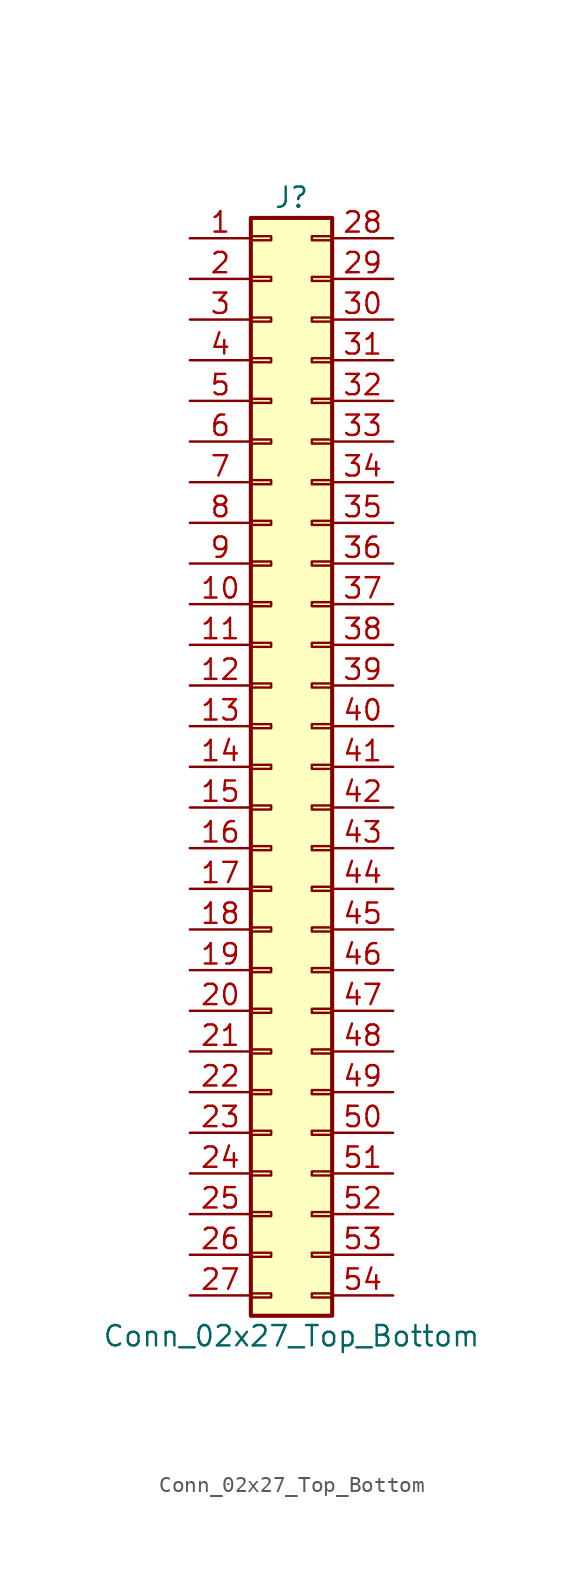
<source format=kicad_sym>
(kicad_symbol_lib
  (version 20220914)
  (generator kicad_symbol_editor)
  (symbol "Conn_02x27_Top_Bottom"
    (pin_names
      (offset 1.016) hide)
    (property "Reference" "J"
      (at 1.27 35.56 0)
      (effects (font (size 1.27 1.27))))
    (property "Value" "Conn_02x27_Top_Bottom"
      (at 1.27 -35.56 0)
      (effects (font (size 1.27 1.27))))
    (symbol "Conn_02x27_Top_Bottom_1_1"
      (rectangle (start -1.27 -32.893) (end 0 -33.147) (stroke (width 0.152) (type default)) (fill (type none)))
      (rectangle (start -1.27 -30.353) (end 0 -30.607) (stroke (width 0.152) (type default)) (fill (type none)))
      (rectangle (start -1.27 -27.813) (end 0 -28.067) (stroke (width 0.152) (type default)) (fill (type none)))
      (rectangle (start -1.27 -25.273) (end 0 -25.527) (stroke (width 0.152) (type default)) (fill (type none)))
      (rectangle (start -1.27 -22.733) (end 0 -22.987) (stroke (width 0.152) (type default)) (fill (type none)))
      (rectangle (start -1.27 -20.193) (end 0 -20.447) (stroke (width 0.152) (type default)) (fill (type none)))
      (rectangle (start -1.27 -17.653) (end 0 -17.907) (stroke (width 0.152) (type default)) (fill (type none)))
      (rectangle (start -1.27 -15.113) (end 0 -15.367) (stroke (width 0.152) (type default)) (fill (type none)))
      (rectangle (start -1.27 -12.573) (end 0 -12.827) (stroke (width 0.152) (type default)) (fill (type none)))
      (rectangle (start -1.27 -10.033) (end 0 -10.287) (stroke (width 0.152) (type default)) (fill (type none)))
      (rectangle (start -1.27 -7.493) (end 0 -7.747) (stroke (width 0.152) (type default)) (fill (type none)))
      (rectangle (start -1.27 -4.953) (end 0 -5.207) (stroke (width 0.152) (type default)) (fill (type none)))
      (rectangle (start -1.27 -2.413) (end 0 -2.667) (stroke (width 0.152) (type default)) (fill (type none)))
      (rectangle (start -1.27 0.127) (end 0 -0.127) (stroke (width 0.152) (type default)) (fill (type none)))
      (rectangle (start -1.27 2.667) (end 0 2.413) (stroke (width 0.152) (type default)) (fill (type none)))
      (rectangle (start -1.27 5.207) (end 0 4.953) (stroke (width 0.152) (type default)) (fill (type none)))
      (rectangle (start -1.27 7.747) (end 0 7.493) (stroke (width 0.152) (type default)) (fill (type none)))
      (rectangle (start -1.27 10.287) (end 0 10.033) (stroke (width 0.152) (type default)) (fill (type none)))
      (rectangle (start -1.27 12.827) (end 0 12.573) (stroke (width 0.152) (type default)) (fill (type none)))
      (rectangle (start -1.27 15.367) (end 0 15.113) (stroke (width 0.152) (type default)) (fill (type none)))
      (rectangle (start -1.27 17.907) (end 0 17.653) (stroke (width 0.152) (type default)) (fill (type none)))
      (rectangle (start -1.27 20.447) (end 0 20.193) (stroke (width 0.152) (type default)) (fill (type none)))
      (rectangle (start -1.27 22.987) (end 0 22.733) (stroke (width 0.152) (type default)) (fill (type none)))
      (rectangle (start -1.27 25.527) (end 0 25.273) (stroke (width 0.152) (type default)) (fill (type none)))
      (rectangle (start -1.27 28.067) (end 0 27.813) (stroke (width 0.152) (type default)) (fill (type none)))
      (rectangle (start -1.27 30.607) (end 0 30.353) (stroke (width 0.152) (type default)) (fill (type none)))
      (rectangle (start -1.27 33.147) (end 0 32.893) (stroke (width 0.152) (type default)) (fill (type none)))
      (rectangle (start -1.27 34.29) (end 3.81 -34.29) (stroke (width 0.254) (type default)) (fill (type background)))
      (rectangle (start 3.81 -32.893) (end 2.54 -33.147) (stroke (width 0.152) (type default)) (fill (type none)))
      (rectangle (start 3.81 -30.353) (end 2.54 -30.607) (stroke (width 0.152) (type default)) (fill (type none)))
      (rectangle (start 3.81 -27.813) (end 2.54 -28.067) (stroke (width 0.152) (type default)) (fill (type none)))
      (rectangle (start 3.81 -25.273) (end 2.54 -25.527) (stroke (width 0.152) (type default)) (fill (type none)))
      (rectangle (start 3.81 -22.733) (end 2.54 -22.987) (stroke (width 0.152) (type default)) (fill (type none)))
      (rectangle (start 3.81 -20.193) (end 2.54 -20.447) (stroke (width 0.152) (type default)) (fill (type none)))
      (rectangle (start 3.81 -17.653) (end 2.54 -17.907) (stroke (width 0.152) (type default)) (fill (type none)))
      (rectangle (start 3.81 -15.113) (end 2.54 -15.367) (stroke (width 0.152) (type default)) (fill (type none)))
      (rectangle (start 3.81 -12.573) (end 2.54 -12.827) (stroke (width 0.152) (type default)) (fill (type none)))
      (rectangle (start 3.81 -10.033) (end 2.54 -10.287) (stroke (width 0.152) (type default)) (fill (type none)))
      (rectangle (start 3.81 -7.493) (end 2.54 -7.747) (stroke (width 0.152) (type default)) (fill (type none)))
      (rectangle (start 3.81 -4.953) (end 2.54 -5.207) (stroke (width 0.152) (type default)) (fill (type none)))
      (rectangle (start 3.81 -2.413) (end 2.54 -2.667) (stroke (width 0.152) (type default)) (fill (type none)))
      (rectangle (start 3.81 0.127) (end 2.54 -0.127) (stroke (width 0.152) (type default)) (fill (type none)))
      (rectangle (start 3.81 2.667) (end 2.54 2.413) (stroke (width 0.152) (type default)) (fill (type none)))
      (rectangle (start 3.81 5.207) (end 2.54 4.953) (stroke (width 0.152) (type default)) (fill (type none)))
      (rectangle (start 3.81 7.747) (end 2.54 7.493) (stroke (width 0.152) (type default)) (fill (type none)))
      (rectangle (start 3.81 10.287) (end 2.54 10.033) (stroke (width 0.152) (type default)) (fill (type none)))
      (rectangle (start 3.81 12.827) (end 2.54 12.573) (stroke (width 0.152) (type default)) (fill (type none)))
      (rectangle (start 3.81 15.367) (end 2.54 15.113) (stroke (width 0.152) (type default)) (fill (type none)))
      (rectangle (start 3.81 17.907) (end 2.54 17.653) (stroke (width 0.152) (type default)) (fill (type none)))
      (rectangle (start 3.81 20.447) (end 2.54 20.193) (stroke (width 0.152) (type default)) (fill (type none)))
      (rectangle (start 3.81 22.987) (end 2.54 22.733) (stroke (width 0.152) (type default)) (fill (type none)))
      (rectangle (start 3.81 25.527) (end 2.54 25.273) (stroke (width 0.152) (type default)) (fill (type none)))
      (rectangle (start 3.81 28.067) (end 2.54 27.813) (stroke (width 0.152) (type default)) (fill (type none)))
      (rectangle (start 3.81 30.607) (end 2.54 30.353) (stroke (width 0.152) (type default)) (fill (type none)))
      (rectangle (start 3.81 33.147) (end 2.54 32.893) (stroke (width 0.152) (type default)) (fill (type none)))
      (pin passive line (at -5.08 33.02 0) (length 3.81) (name "Pin_1" (effects (font (size 1.27 1.27)))) (number "1" (effects (font (size 1.27 1.27)))))
      (pin passive line (at -5.08 10.16 0) (length 3.81) (name "Pin_10" (effects (font (size 1.27 1.27)))) (number "10" (effects (font (size 1.27 1.27)))))
      (pin passive line (at -5.08 7.62 0) (length 3.81) (name "Pin_11" (effects (font (size 1.27 1.27)))) (number "11" (effects (font (size 1.27 1.27)))))
      (pin passive line (at -5.08 5.08 0) (length 3.81) (name "Pin_12" (effects (font (size 1.27 1.27)))) (number "12" (effects (font (size 1.27 1.27)))))
      (pin passive line (at -5.08 2.54 0) (length 3.81) (name "Pin_13" (effects (font (size 1.27 1.27)))) (number "13" (effects (font (size 1.27 1.27)))))
      (pin passive line (at -5.08 0 0) (length 3.81) (name "Pin_14" (effects (font (size 1.27 1.27)))) (number "14" (effects (font (size 1.27 1.27)))))
      (pin passive line (at -5.08 -2.54 0) (length 3.81) (name "Pin_15" (effects (font (size 1.27 1.27)))) (number "15" (effects (font (size 1.27 1.27)))))
      (pin passive line (at -5.08 -5.08 0) (length 3.81) (name "Pin_16" (effects (font (size 1.27 1.27)))) (number "16" (effects (font (size 1.27 1.27)))))
      (pin passive line (at -5.08 -7.62 0) (length 3.81) (name "Pin_17" (effects (font (size 1.27 1.27)))) (number "17" (effects (font (size 1.27 1.27)))))
      (pin passive line (at -5.08 -10.16 0) (length 3.81) (name "Pin_18" (effects (font (size 1.27 1.27)))) (number "18" (effects (font (size 1.27 1.27)))))
      (pin passive line (at -5.08 -12.7 0) (length 3.81) (name "Pin_19" (effects (font (size 1.27 1.27)))) (number "19" (effects (font (size 1.27 1.27)))))
      (pin passive line (at -5.08 30.48 0) (length 3.81) (name "Pin_2" (effects (font (size 1.27 1.27)))) (number "2" (effects (font (size 1.27 1.27)))))
      (pin passive line (at -5.08 -15.24 0) (length 3.81) (name "Pin_20" (effects (font (size 1.27 1.27)))) (number "20" (effects (font (size 1.27 1.27)))))
      (pin passive line (at -5.08 -17.78 0) (length 3.81) (name "Pin_21" (effects (font (size 1.27 1.27)))) (number "21" (effects (font (size 1.27 1.27)))))
      (pin passive line (at -5.08 -20.32 0) (length 3.81) (name "Pin_22" (effects (font (size 1.27 1.27)))) (number "22" (effects (font (size 1.27 1.27)))))
      (pin passive line (at -5.08 -22.86 0) (length 3.81) (name "Pin_23" (effects (font (size 1.27 1.27)))) (number "23" (effects (font (size 1.27 1.27)))))
      (pin passive line (at -5.08 -25.4 0) (length 3.81) (name "Pin_24" (effects (font (size 1.27 1.27)))) (number "24" (effects (font (size 1.27 1.27)))))
      (pin passive line (at -5.08 -27.94 0) (length 3.81) (name "Pin_25" (effects (font (size 1.27 1.27)))) (number "25" (effects (font (size 1.27 1.27)))))
      (pin passive line (at -5.08 -30.48 0) (length 3.81) (name "Pin_26" (effects (font (size 1.27 1.27)))) (number "26" (effects (font (size 1.27 1.27)))))
      (pin passive line (at -5.08 -33.02 0) (length 3.81) (name "Pin_27" (effects (font (size 1.27 1.27)))) (number "27" (effects (font (size 1.27 1.27)))))
      (pin passive line (at 7.62 33.02 180) (length 3.81) (name "Pin_28" (effects (font (size 1.27 1.27)))) (number "28" (effects (font (size 1.27 1.27)))))
      (pin passive line (at 7.62 30.48 180) (length 3.81) (name "Pin_29" (effects (font (size 1.27 1.27)))) (number "29" (effects (font (size 1.27 1.27)))))
      (pin passive line (at -5.08 27.94 0) (length 3.81) (name "Pin_3" (effects (font (size 1.27 1.27)))) (number "3" (effects (font (size 1.27 1.27)))))
      (pin passive line (at 7.62 27.94 180) (length 3.81) (name "Pin_30" (effects (font (size 1.27 1.27)))) (number "30" (effects (font (size 1.27 1.27)))))
      (pin passive line (at 7.62 25.4 180) (length 3.81) (name "Pin_31" (effects (font (size 1.27 1.27)))) (number "31" (effects (font (size 1.27 1.27)))))
      (pin passive line (at 7.62 22.86 180) (length 3.81) (name "Pin_32" (effects (font (size 1.27 1.27)))) (number "32" (effects (font (size 1.27 1.27)))))
      (pin passive line (at 7.62 20.32 180) (length 3.81) (name "Pin_33" (effects (font (size 1.27 1.27)))) (number "33" (effects (font (size 1.27 1.27)))))
      (pin passive line (at 7.62 17.78 180) (length 3.81) (name "Pin_34" (effects (font (size 1.27 1.27)))) (number "34" (effects (font (size 1.27 1.27)))))
      (pin passive line (at 7.62 15.24 180) (length 3.81) (name "Pin_35" (effects (font (size 1.27 1.27)))) (number "35" (effects (font (size 1.27 1.27)))))
      (pin passive line (at 7.62 12.7 180) (length 3.81) (name "Pin_36" (effects (font (size 1.27 1.27)))) (number "36" (effects (font (size 1.27 1.27)))))
      (pin passive line (at 7.62 10.16 180) (length 3.81) (name "Pin_37" (effects (font (size 1.27 1.27)))) (number "37" (effects (font (size 1.27 1.27)))))
      (pin passive line (at 7.62 7.62 180) (length 3.81) (name "Pin_38" (effects (font (size 1.27 1.27)))) (number "38" (effects (font (size 1.27 1.27)))))
      (pin passive line (at 7.62 5.08 180) (length 3.81) (name "Pin_39" (effects (font (size 1.27 1.27)))) (number "39" (effects (font (size 1.27 1.27)))))
      (pin passive line (at -5.08 25.4 0) (length 3.81) (name "Pin_4" (effects (font (size 1.27 1.27)))) (number "4" (effects (font (size 1.27 1.27)))))
      (pin passive line (at 7.62 2.54 180) (length 3.81) (name "Pin_40" (effects (font (size 1.27 1.27)))) (number "40" (effects (font (size 1.27 1.27)))))
      (pin passive line (at 7.62 0 180) (length 3.81) (name "Pin_41" (effects (font (size 1.27 1.27)))) (number "41" (effects (font (size 1.27 1.27)))))
      (pin passive line (at 7.62 -2.54 180) (length 3.81) (name "Pin_42" (effects (font (size 1.27 1.27)))) (number "42" (effects (font (size 1.27 1.27)))))
      (pin passive line (at 7.62 -5.08 180) (length 3.81) (name "Pin_43" (effects (font (size 1.27 1.27)))) (number "43" (effects (font (size 1.27 1.27)))))
      (pin passive line (at 7.62 -7.62 180) (length 3.81) (name "Pin_44" (effects (font (size 1.27 1.27)))) (number "44" (effects (font (size 1.27 1.27)))))
      (pin passive line (at 7.62 -10.16 180) (length 3.81) (name "Pin_45" (effects (font (size 1.27 1.27)))) (number "45" (effects (font (size 1.27 1.27)))))
      (pin passive line (at 7.62 -12.7 180) (length 3.81) (name "Pin_46" (effects (font (size 1.27 1.27)))) (number "46" (effects (font (size 1.27 1.27)))))
      (pin passive line (at 7.62 -15.24 180) (length 3.81) (name "Pin_47" (effects (font (size 1.27 1.27)))) (number "47" (effects (font (size 1.27 1.27)))))
      (pin passive line (at 7.62 -17.78 180) (length 3.81) (name "Pin_48" (effects (font (size 1.27 1.27)))) (number "48" (effects (font (size 1.27 1.27)))))
      (pin passive line (at 7.62 -20.32 180) (length 3.81) (name "Pin_49" (effects (font (size 1.27 1.27)))) (number "49" (effects (font (size 1.27 1.27)))))
      (pin passive line (at -5.08 22.86 0) (length 3.81) (name "Pin_5" (effects (font (size 1.27 1.27)))) (number "5" (effects (font (size 1.27 1.27)))))
      (pin passive line (at 7.62 -22.86 180) (length 3.81) (name "Pin_50" (effects (font (size 1.27 1.27)))) (number "50" (effects (font (size 1.27 1.27)))))
      (pin passive line (at 7.62 -25.4 180) (length 3.81) (name "Pin_51" (effects (font (size 1.27 1.27)))) (number "51" (effects (font (size 1.27 1.27)))))
      (pin passive line (at 7.62 -27.94 180) (length 3.81) (name "Pin_52" (effects (font (size 1.27 1.27)))) (number "52" (effects (font (size 1.27 1.27)))))
      (pin passive line (at 7.62 -30.48 180) (length 3.81) (name "Pin_53" (effects (font (size 1.27 1.27)))) (number "53" (effects (font (size 1.27 1.27)))))
      (pin passive line (at 7.62 -33.02 180) (length 3.81) (name "Pin_54" (effects (font (size 1.27 1.27)))) (number "54" (effects (font (size 1.27 1.27)))))
      (pin passive line (at -5.08 20.32 0) (length 3.81) (name "Pin_6" (effects (font (size 1.27 1.27)))) (number "6" (effects (font (size 1.27 1.27)))))
      (pin passive line (at -5.08 17.78 0) (length 3.81) (name "Pin_7" (effects (font (size 1.27 1.27)))) (number "7" (effects (font (size 1.27 1.27)))))
      (pin passive line (at -5.08 15.24 0) (length 3.81) (name "Pin_8" (effects (font (size 1.27 1.27)))) (number "8" (effects (font (size 1.27 1.27)))))
      (pin passive line (at -5.08 12.7 0) (length 3.81) (name "Pin_9" (effects (font (size 1.27 1.27)))) (number "9" (effects (font (size 1.27 1.27))))))))
</source>
